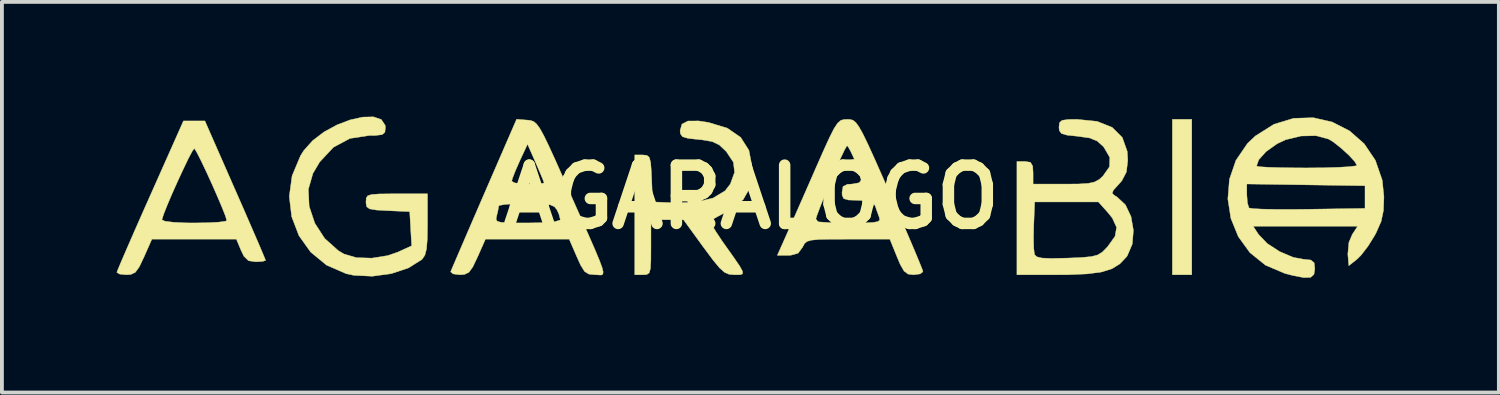
<source format=kicad_pcb>
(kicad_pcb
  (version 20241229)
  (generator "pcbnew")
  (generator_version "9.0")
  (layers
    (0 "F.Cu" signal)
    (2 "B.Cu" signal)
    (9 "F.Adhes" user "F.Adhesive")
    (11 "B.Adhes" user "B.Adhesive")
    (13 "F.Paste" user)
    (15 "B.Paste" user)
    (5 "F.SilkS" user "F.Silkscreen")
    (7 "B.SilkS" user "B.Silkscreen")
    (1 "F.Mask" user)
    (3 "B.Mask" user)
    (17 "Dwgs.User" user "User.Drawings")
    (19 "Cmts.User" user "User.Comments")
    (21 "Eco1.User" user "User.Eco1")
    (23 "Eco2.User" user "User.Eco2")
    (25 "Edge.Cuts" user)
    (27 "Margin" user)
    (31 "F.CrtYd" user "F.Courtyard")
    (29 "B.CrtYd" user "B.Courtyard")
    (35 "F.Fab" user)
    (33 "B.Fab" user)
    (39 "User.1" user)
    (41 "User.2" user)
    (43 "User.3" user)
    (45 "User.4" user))
  (footprint "AGARALOGO"
    (layer "F.Cu")
    (at 16.594 2.102)
    (property "Reference" "AGARALOGO" (at 0 0 0) (layer "F.SilkS") (effects (font (size 1.524 1.524) (thickness 0.3))))
    (attr through_hole)
    (fp_poly (pts (xy 11.515 2.032) (xy 11.007 2.032) (xy 11.007 -2.032) (xy 11.515 -2.032) (xy 11.515 2.032)) (stroke (width 0.01) (type solid)) (fill yes) (layer "F.SilkS"))
    (fp_poly (pts (xy -13.494 -0.185) (xy -13.269 0.327) (xy -13.069 0.787) (xy -12.903 1.17) (xy -12.781 1.457) (xy -12.712 1.623) (xy -12.7 1.656) (xy -12.774 1.682) (xy -12.952 1.693) (xy -12.958 1.693) (xy -13.146 1.665) (xy -13.267 1.548) (xy -13.34 1.397) (xy -13.464 1.101) (xy -15.673 1.101) (xy -15.879 1.566) (xy -16.004 1.829) (xy -16.107 1.969) (xy -16.225 2.024) (xy -16.34 2.032) (xy -16.516 2.014) (xy -16.589 1.97) (xy -16.589 1.968) (xy -16.554 1.877) (xy -16.459 1.652) (xy -16.314 1.316) (xy -16.128 0.89) (xy -15.998 0.596) (xy -15.409 0.596) (xy -15.33 0.632) (xy -15.113 0.659) (xy -14.79 0.675) (xy -14.563 0.677) (xy -14.207 0.671) (xy -13.925 0.656) (xy -13.752 0.632) (xy -13.715 0.614) (xy -13.747 0.503) (xy -13.833 0.283) (xy -13.957 -0.009) (xy -14.101 -0.336) (xy -14.25 -0.662) (xy -14.387 -0.95) (xy -14.496 -1.164) (xy -14.559 -1.266) (xy -14.565 -1.27) (xy -14.618 -1.198) (xy -14.719 -1.007) (xy -14.851 -0.732) (xy -14.999 -0.413) (xy -15.146 -0.084) (xy -15.274 0.217) (xy -15.367 0.453) (xy -15.409 0.587) (xy -15.409 0.596) (xy -15.998 0.596) (xy -15.91 0.395) (xy -15.715 -0.042) (xy -14.848 -1.99) (xy -14.287 -1.99) (xy -13.494 -0.185)) (stroke (width 0.01) (type solid)) (fill yes) (layer "F.SilkS"))
    (fp_poly (pts (xy -9.674 -2.027) (xy -9.573 -1.874) (xy -9.567 -1.814) (xy -9.582 -1.692) (xy -9.654 -1.632) (xy -9.827 -1.611) (xy -9.995 -1.609) (xy -10.496 -1.532) (xy -10.927 -1.301) (xy -11.285 -0.918) (xy -11.463 -0.618) (xy -11.582 -0.204) (xy -11.561 0.241) (xy -11.414 0.682) (xy -11.156 1.081) (xy -10.799 1.401) (xy -10.651 1.489) (xy -10.327 1.584) (xy -9.922 1.597) (xy -9.505 1.53) (xy -9.245 1.44) (xy -8.881 1.274) (xy -8.907 0.828) (xy -8.932 0.381) (xy -9.504 0.356) (xy -9.807 0.339) (xy -9.978 0.31) (xy -10.055 0.256) (xy -10.075 0.159) (xy -10.075 0.123) (xy -10.069 0.027) (xy -10.03 -0.034) (xy -9.926 -0.067) (xy -9.725 -0.081) (xy -9.396 -0.085) (xy -9.271 -0.085) (xy -8.467 -0.085) (xy -8.467 0.707) (xy -8.472 1.098) (xy -8.493 1.356) (xy -8.535 1.518) (xy -8.603 1.621) (xy -8.618 1.635) (xy -8.964 1.853) (xy -9.413 2.002) (xy -9.908 2.07) (xy -10.392 2.047) (xy -10.593 2.004) (xy -11.107 1.78) (xy -11.522 1.439) (xy -11.829 1.008) (xy -12.018 0.514) (xy -12.081 -0.017) (xy -12.007 -0.557) (xy -11.788 -1.079) (xy -11.705 -1.212) (xy -11.472 -1.474) (xy -11.173 -1.702) (xy -10.836 -1.886) (xy -10.489 -2.018) (xy -10.16 -2.091) (xy -9.879 -2.097) (xy -9.674 -2.027)) (stroke (width 0.01) (type solid)) (fill yes) (layer "F.SilkS"))
    (fp_poly (pts (xy -1.117 -1.95) (xy -0.627 -1.801) (xy -0.279 -1.561) (xy -0.064 -1.223) (xy 0.022 -0.78) (xy 0.024 -0.647) (xy -0.035 -0.246) (xy -0.214 0.067) (xy -0.535 0.323) (xy -0.672 0.398) (xy -0.892 0.515) (xy -1.042 0.6) (xy -1.074 0.623) (xy -1.046 0.704) (xy -0.938 0.887) (xy -0.771 1.139) (xy -0.7 1.24) (xy -0.457 1.582) (xy -0.303 1.808) (xy -0.23 1.942) (xy -0.23 2.009) (xy -0.295 2.031) (xy -0.419 2.032) (xy -0.443 2.032) (xy -0.58 2.02) (xy -0.7 1.969) (xy -0.831 1.853) (xy -1.001 1.648) (xy -1.238 1.329) (xy -1.251 1.312) (xy -1.774 0.593) (xy -2.625 0.593) (xy -2.625 1.312) (xy -2.627 1.661) (xy -2.639 1.874) (xy -2.672 1.984) (xy -2.735 2.026) (xy -2.836 2.032) (xy -3.048 2.032) (xy -3.048 -1.101) (xy -2.84 -1.101) (xy -2.732 -1.091) (xy -2.668 -1.037) (xy -2.633 -0.904) (xy -2.614 -0.654) (xy -2.607 -0.487) (xy -2.582 0.127) (xy -1.992 0.152) (xy -1.441 0.133) (xy -1 0.025) (xy -0.685 -0.165) (xy -0.549 -0.342) (xy -0.438 -0.648) (xy -0.469 -0.91) (xy -0.649 -1.181) (xy -0.663 -1.197) (xy -0.836 -1.361) (xy -1.024 -1.451) (xy -1.297 -1.497) (xy -1.383 -1.505) (xy -1.656 -1.535) (xy -1.8 -1.578) (xy -1.855 -1.655) (xy -1.863 -1.74) (xy -1.814 -1.907) (xy -1.658 -1.988) (xy -1.376 -1.99) (xy -1.117 -1.95)) (stroke (width 0.01) (type solid)) (fill yes) (layer "F.SilkS"))
    (fp_poly (pts (xy 9.039 -1.979) (xy 9.435 -1.821) (xy 9.698 -1.559) (xy 9.828 -1.193) (xy 9.842 -0.96) (xy 9.806 -0.655) (xy 9.687 -0.427) (xy 9.609 -0.338) (xy 9.466 -0.181) (xy 9.434 -0.097) (xy 9.504 -0.035) (xy 9.558 -0.005) (xy 9.78 0.202) (xy 9.927 0.511) (xy 9.989 0.872) (xy 9.959 1.231) (xy 9.828 1.537) (xy 9.807 1.565) (xy 9.635 1.746) (xy 9.427 1.875) (xy 9.154 1.96) (xy 8.785 2.009) (xy 8.293 2.03) (xy 8.004 2.032) (xy 6.943 2.032) (xy 6.943 1.077) (xy 7.377 1.077) (xy 7.384 1.342) (xy 7.402 1.496) (xy 7.405 1.503) (xy 7.461 1.561) (xy 7.595 1.594) (xy 7.836 1.605) (xy 8.213 1.597) (xy 8.263 1.596) (xy 8.64 1.58) (xy 8.89 1.556) (xy 9.054 1.514) (xy 9.174 1.44) (xy 9.29 1.324) (xy 9.32 1.29) (xy 9.51 1.024) (xy 9.549 0.791) (xy 9.437 0.547) (xy 9.321 0.404) (xy 9.074 0.128) (xy 8.241 0.128) (xy 7.408 0.127) (xy 7.383 0.754) (xy 7.377 1.077) (xy 6.943 1.077) (xy 6.943 -0.931) (xy 7.154 -0.931) (xy 7.297 -0.909) (xy 7.356 -0.81) (xy 7.366 -0.635) (xy 7.366 -0.339) (xy 8.174 -0.339) (xy 8.556 -0.342) (xy 8.81 -0.358) (xy 8.976 -0.395) (xy 9.095 -0.46) (xy 9.19 -0.546) (xy 9.363 -0.792) (xy 9.372 -1.035) (xy 9.218 -1.301) (xy 9.201 -1.321) (xy 9.043 -1.464) (xy 8.844 -1.545) (xy 8.541 -1.588) (xy 8.523 -1.59) (xy 8.251 -1.619) (xy 8.107 -1.662) (xy 8.051 -1.739) (xy 8.043 -1.831) (xy 8.057 -1.946) (xy 8.125 -2.006) (xy 8.288 -2.029) (xy 8.512 -2.032) (xy 9.039 -1.979)) (stroke (width 0.01) (type solid)) (fill yes) (layer "F.SilkS"))
    (fp_poly (pts (xy -5.858 -2.012) (xy -5.768 -2.002) (xy -5.69 -1.974) (xy -5.615 -1.911) (xy -5.529 -1.793) (xy -5.424 -1.603) (xy -5.287 -1.32) (xy -5.108 -0.927) (xy -4.876 -0.405) (xy -4.772 -0.169) (xy -4.485 0.476) (xy -4.26 0.983) (xy -4.092 1.368) (xy -3.975 1.647) (xy -3.905 1.836) (xy -3.875 1.954) (xy -3.882 2.015) (xy -3.919 2.038) (xy -3.981 2.037) (xy -4.064 2.031) (xy -4.087 2.031) (xy -4.247 2.015) (xy -4.359 1.947) (xy -4.46 1.787) (xy -4.561 1.565) (xy -4.762 1.101) (xy -6.952 1.101) (xy -7.158 1.566) (xy -7.283 1.828) (xy -7.385 1.968) (xy -7.503 2.024) (xy -7.626 2.032) (xy -7.798 2.009) (xy -7.861 1.955) (xy -7.86 1.95) (xy -7.82 1.853) (xy -7.721 1.622) (xy -7.574 1.28) (xy -7.388 0.848) (xy -7.269 0.573) (xy -6.674 0.573) (xy -6.65 0.628) (xy -6.557 0.659) (xy -6.364 0.673) (xy -6.045 0.677) (xy -5.852 0.677) (xy -5.421 0.669) (xy -5.135 0.643) (xy -5.003 0.602) (xy -4.995 0.587) (xy -5.032 0.444) (xy -5.083 0.333) (xy -5.148 0.252) (xy -5.259 0.203) (xy -5.455 0.178) (xy -5.773 0.17) (xy -5.887 0.169) (xy -6.212 0.176) (xy -6.46 0.195) (xy -6.593 0.221) (xy -6.605 0.233) (xy -6.626 0.358) (xy -6.657 0.487) (xy -6.674 0.573) (xy -7.269 0.573) (xy -7.172 0.349) (xy -6.985 -0.083) (xy -6.841 -0.415) (xy -6.265 -0.415) (xy -6.189 -0.371) (xy -5.994 -0.344) (xy -5.842 -0.339) (xy -5.6 -0.344) (xy -5.447 -0.359) (xy -5.419 -0.37) (xy -5.45 -0.458) (xy -5.533 -0.656) (xy -5.635 -0.892) (xy -5.852 -1.383) (xy -6.059 -0.937) (xy -6.171 -0.683) (xy -6.246 -0.489) (xy -6.265 -0.415) (xy -6.841 -0.415) (xy -6.138 -2.034) (xy -5.858 -2.012)) (stroke (width 0.01) (type solid)) (fill yes) (layer "F.SilkS"))
    (fp_poly (pts (xy 15.186 -1.962) (xy 15.638 -1.732) (xy 16.022 -1.395) (xy 16.315 -0.961) (xy 16.494 -0.444) (xy 16.539 -0.008) (xy 16.526 0.354) (xy 16.466 0.637) (xy 16.337 0.929) (xy 16.298 1.003) (xy 16.126 1.28) (xy 15.944 1.517) (xy 15.836 1.625) (xy 15.621 1.795) (xy 15.595 1.495) (xy 15.623 1.186) (xy 15.711 0.978) (xy 15.852 0.762) (xy 13.119 0.762) (xy 13.26 0.977) (xy 13.487 1.214) (xy 13.813 1.426) (xy 14.167 1.576) (xy 14.426 1.625) (xy 14.63 1.647) (xy 14.715 1.719) (xy 14.732 1.876) (xy 14.709 2.024) (xy 14.622 2.1) (xy 14.443 2.106) (xy 14.146 2.048) (xy 13.946 1.996) (xy 13.441 1.781) (xy 13.034 1.452) (xy 12.731 1.034) (xy 12.537 0.557) (xy 12.458 0.048) (xy 12.467 -0.058) (xy 12.954 -0.058) (xy 12.97 0.152) (xy 13.009 0.28) (xy 13.012 0.284) (xy 13.112 0.302) (xy 13.353 0.315) (xy 13.706 0.322) (xy 14.142 0.323) (xy 14.557 0.319) (xy 16.044 0.296) (xy 16.044 -0.296) (xy 14.499 -0.319) (xy 12.954 -0.342) (xy 12.954 -0.058) (xy 12.467 -0.058) (xy 12.5 -0.467) (xy 12.618 -0.81) (xy 13.208 -0.81) (xy 13.288 -0.793) (xy 13.508 -0.779) (xy 13.84 -0.769) (xy 14.256 -0.763) (xy 14.52 -0.762) (xy 14.97 -0.766) (xy 15.353 -0.778) (xy 15.642 -0.795) (xy 15.806 -0.816) (xy 15.833 -0.83) (xy 15.772 -0.933) (xy 15.621 -1.096) (xy 15.422 -1.277) (xy 15.222 -1.436) (xy 15.097 -1.514) (xy 14.767 -1.604) (xy 14.368 -1.596) (xy 13.966 -1.498) (xy 13.746 -1.394) (xy 13.456 -1.187) (xy 13.266 -0.975) (xy 13.208 -0.81) (xy 12.618 -0.81) (xy 12.669 -0.959) (xy 12.971 -1.401) (xy 13.176 -1.596) (xy 13.663 -1.903) (xy 14.176 -2.059) (xy 14.691 -2.075) (xy 15.186 -1.962)) (stroke (width 0.01) (type solid)) (fill yes) (layer "F.SilkS"))
    (fp_poly (pts (xy 2.589 -2.028) (xy 2.66 -2.007) (xy 2.732 -1.948) (xy 2.814 -1.836) (xy 2.917 -1.651) (xy 3.05 -1.377) (xy 3.224 -0.995) (xy 3.449 -0.487) (xy 3.628 -0.08) (xy 3.863 0.457) (xy 4.073 0.944) (xy 4.25 1.358) (xy 4.384 1.68) (xy 4.466 1.885) (xy 4.487 1.952) (xy 4.414 2.009) (xy 4.243 2.032) (xy 4.098 2.014) (xy 3.992 1.935) (xy 3.891 1.758) (xy 3.81 1.566) (xy 3.621 1.101) (xy 2.528 1.101) (xy 2.081 1.102) (xy 1.773 1.108) (xy 1.576 1.126) (xy 1.459 1.159) (xy 1.392 1.214) (xy 1.347 1.296) (xy 1.339 1.312) (xy 1.222 1.469) (xy 1.027 1.522) (xy 0.961 1.524) (xy 0.679 1.524) (xy 0.896 1.037) (xy 1.006 0.789) (xy 1.082 0.617) (xy 1.674 0.617) (xy 1.674 0.63) (xy 1.774 0.65) (xy 2.004 0.666) (xy 2.326 0.675) (xy 2.563 0.677) (xy 2.946 0.675) (xy 3.187 0.664) (xy 3.315 0.639) (xy 3.358 0.596) (xy 3.344 0.529) (xy 3.266 0.316) (xy 3.24 0.233) (xy 3.172 0.139) (xy 3.01 0.094) (xy 2.784 0.085) (xy 2.537 0.077) (xy 2.414 0.041) (xy 2.374 -0.048) (xy 2.371 -0.127) (xy 2.398 -0.278) (xy 2.514 -0.334) (xy 2.625 -0.339) (xy 2.82 -0.374) (xy 2.879 -0.455) (xy 2.85 -0.581) (xy 2.778 -0.782) (xy 2.685 -1.007) (xy 2.592 -1.206) (xy 2.522 -1.327) (xy 2.499 -1.341) (xy 2.438 -1.235) (xy 2.334 -1.017) (xy 2.203 -0.722) (xy 2.061 -0.388) (xy 1.921 -0.051) (xy 1.8 0.253) (xy 1.712 0.488) (xy 1.674 0.617) (xy 1.082 0.617) (xy 1.166 0.426) (xy 1.359 -0.012) (xy 1.567 -0.486) (xy 1.678 -0.741) (xy 1.887 -1.215) (xy 2.043 -1.556) (xy 2.159 -1.786) (xy 2.251 -1.927) (xy 2.331 -2) (xy 2.414 -2.027) (xy 2.506 -2.032) (xy 2.589 -2.028)) (stroke (width 0.01) (type solid)) (fill yes) (layer "F.SilkS")))
  (gr_rect
    (start -3 -3)
    (end 36.138 7.213)
    (stroke (width 0.1) (type default))
    (fill no)
    (layer "Edge.Cuts")))
</source>
